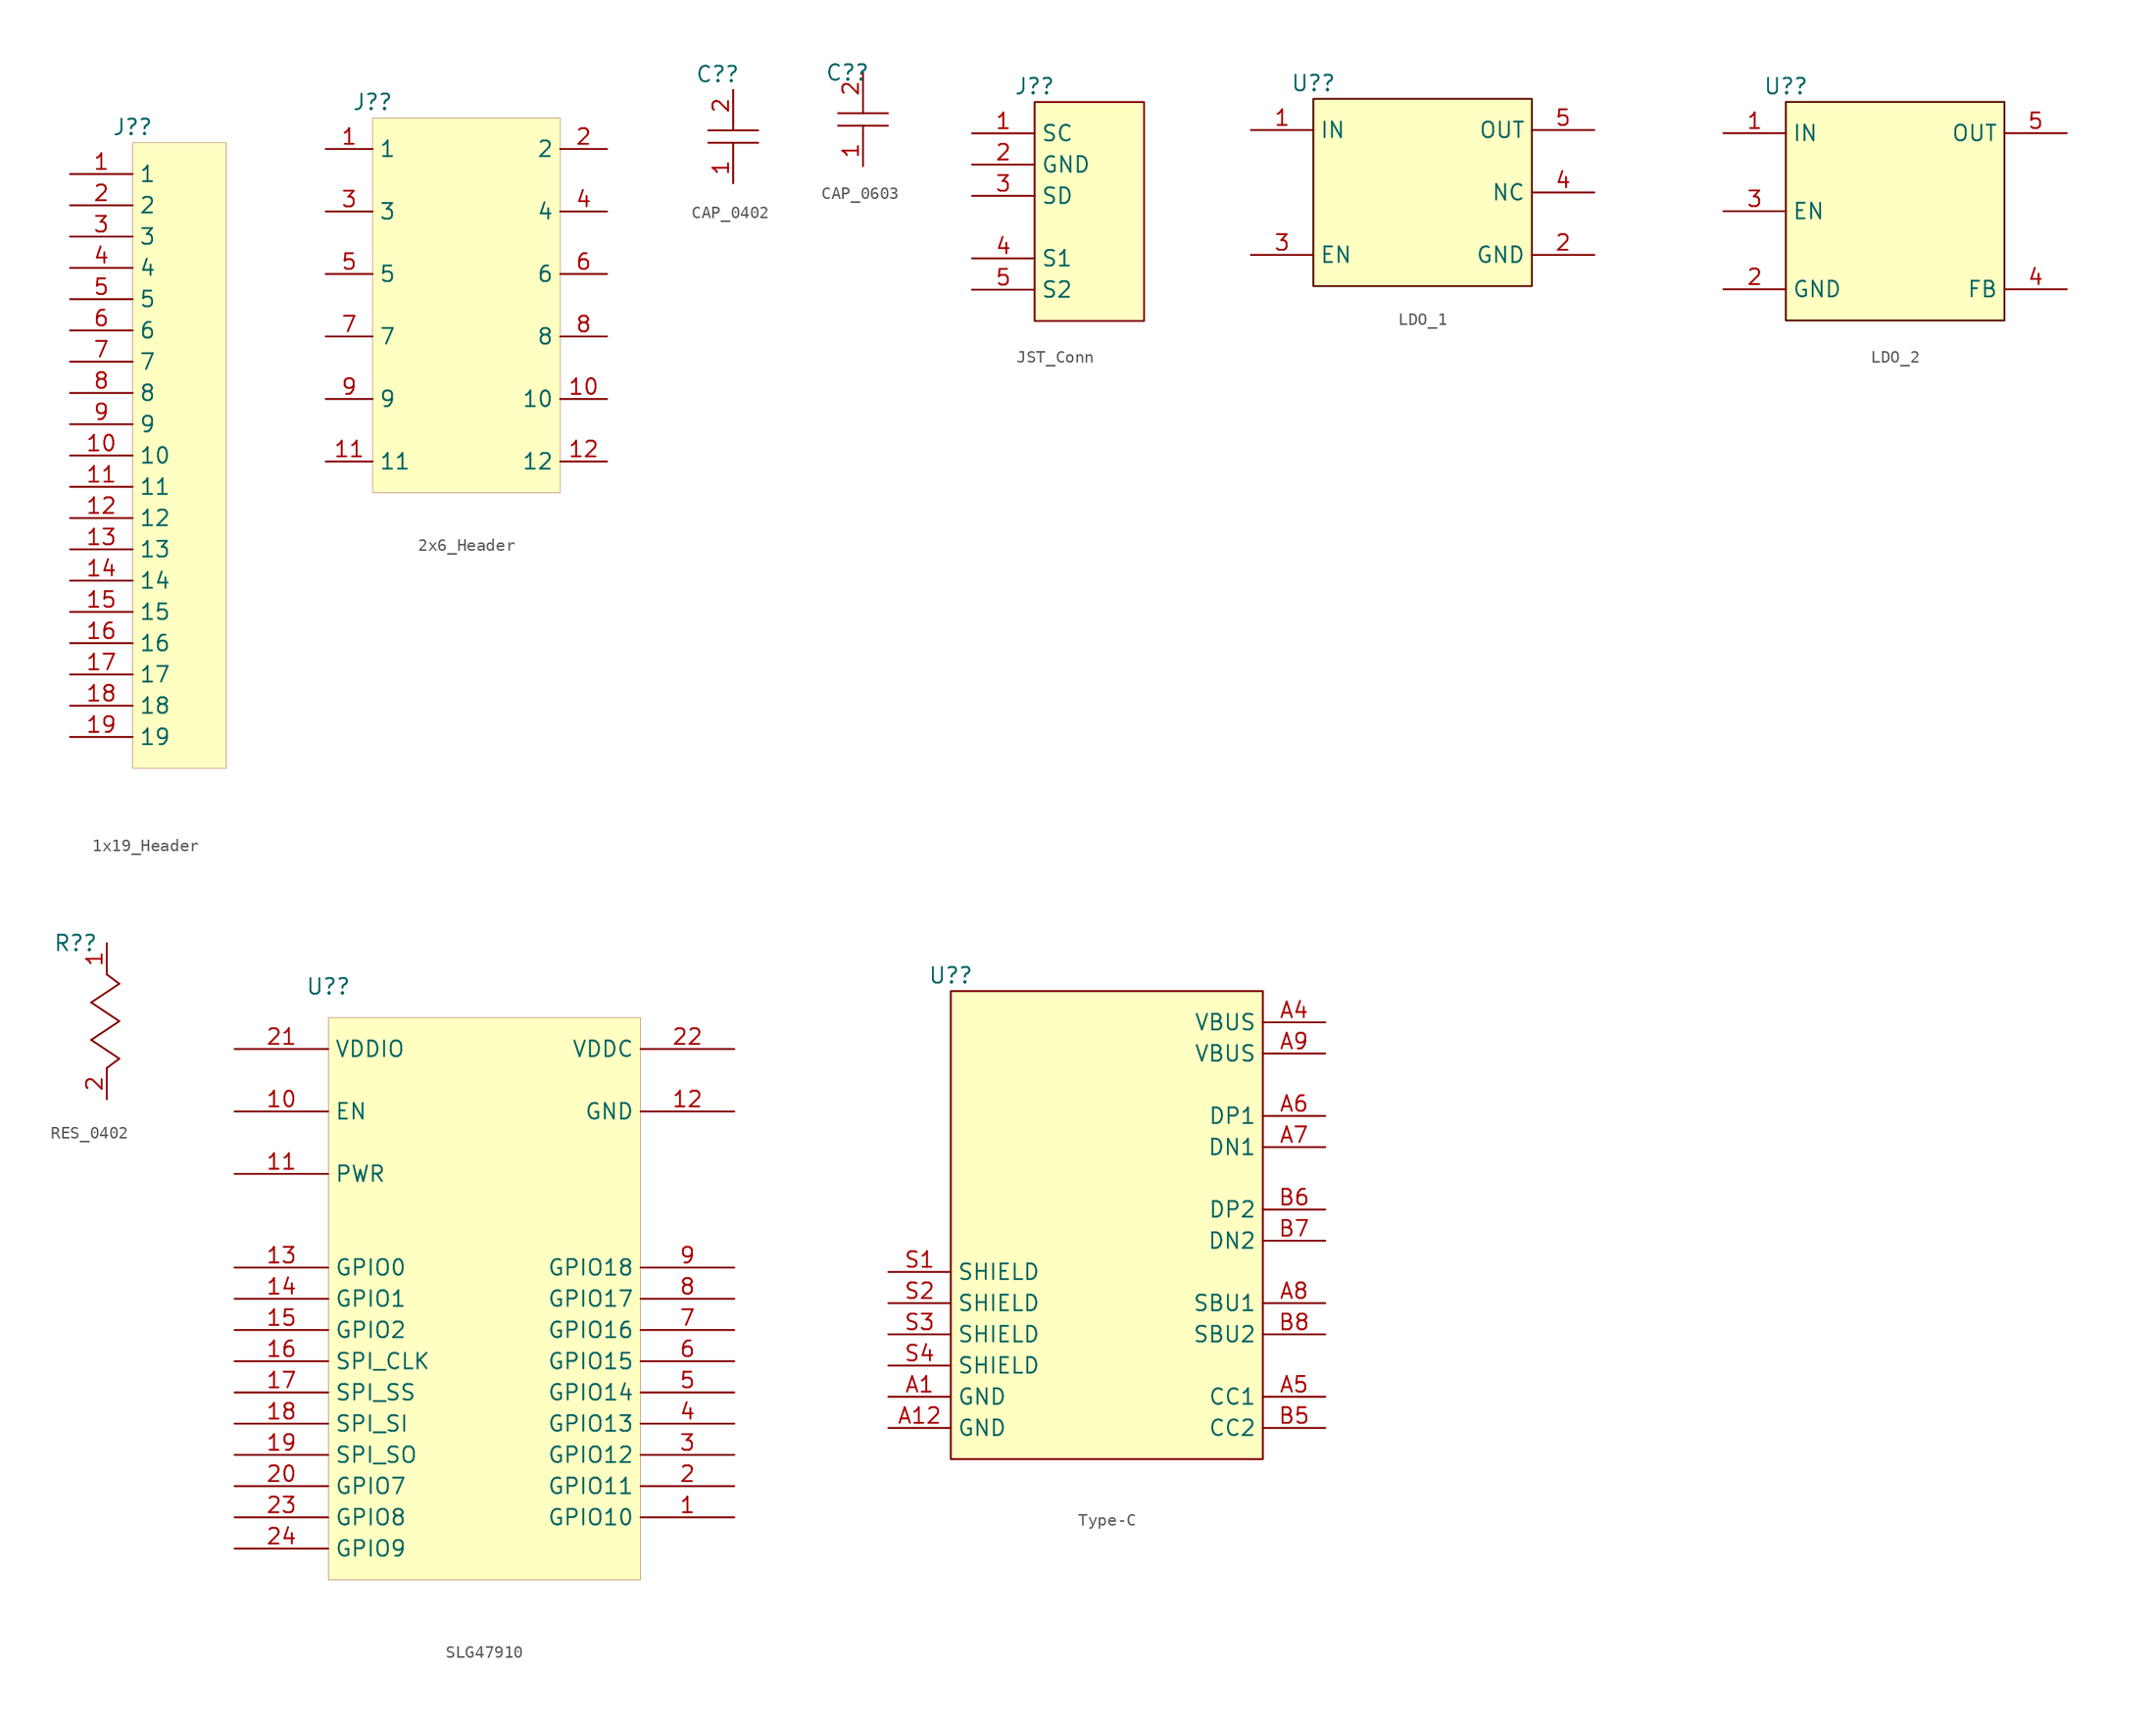
<source format=kicad_sym>
(kicad_symbol_lib
  (version 20241209)
  (generator "kicad_symbol_editor")
  (generator_version "9.0")
  (symbol "1x19_Header"
    (property "Reference" "J?"
      (at 0 0 0)
      (effects (font (size 1.27 1.27))))
    (property "Value" ""
      (at 0 0 0)
      (effects (font (size 1.27 1.27))))
    (symbol "1x19_Header_1_0"
      (rectangle (start 7.62 -1.27) (end 0 -52.07) (stroke (width 0.025) (type solid) (color 128 0 0 1)) (fill (type background)))
      (pin passive line (at -5.08 -3.81 0) (length 5.08) (name "1" (effects (font (size 1.27 1.27)))) (number "1" (effects (font (size 1.27 1.27)))))
      (pin passive line (at -5.08 -6.35 0) (length 5.08) (name "2" (effects (font (size 1.27 1.27)))) (number "2" (effects (font (size 1.27 1.27)))))
      (pin passive line (at -5.08 -8.89 0) (length 5.08) (name "3" (effects (font (size 1.27 1.27)))) (number "3" (effects (font (size 1.27 1.27)))))
      (pin passive line (at -5.08 -11.43 0) (length 5.08) (name "4" (effects (font (size 1.27 1.27)))) (number "4" (effects (font (size 1.27 1.27)))))
      (pin passive line (at -5.08 -13.97 0) (length 5.08) (name "5" (effects (font (size 1.27 1.27)))) (number "5" (effects (font (size 1.27 1.27)))))
      (pin passive line (at -5.08 -16.51 0) (length 5.08) (name "6" (effects (font (size 1.27 1.27)))) (number "6" (effects (font (size 1.27 1.27)))))
      (pin passive line (at -5.08 -19.05 0) (length 5.08) (name "7" (effects (font (size 1.27 1.27)))) (number "7" (effects (font (size 1.27 1.27)))))
      (pin passive line (at -5.08 -21.59 0) (length 5.08) (name "8" (effects (font (size 1.27 1.27)))) (number "8" (effects (font (size 1.27 1.27)))))
      (pin passive line (at -5.08 -24.13 0) (length 5.08) (name "9" (effects (font (size 1.27 1.27)))) (number "9" (effects (font (size 1.27 1.27)))))
      (pin passive line (at -5.08 -26.67 0) (length 5.08) (name "10" (effects (font (size 1.27 1.27)))) (number "10" (effects (font (size 1.27 1.27)))))
      (pin passive line (at -5.08 -29.21 0) (length 5.08) (name "11" (effects (font (size 1.27 1.27)))) (number "11" (effects (font (size 1.27 1.27)))))
      (pin passive line (at -5.08 -31.75 0) (length 5.08) (name "12" (effects (font (size 1.27 1.27)))) (number "12" (effects (font (size 1.27 1.27)))))
      (pin passive line (at -5.08 -34.29 0) (length 5.08) (name "13" (effects (font (size 1.27 1.27)))) (number "13" (effects (font (size 1.27 1.27)))))
      (pin passive line (at -5.08 -36.83 0) (length 5.08) (name "14" (effects (font (size 1.27 1.27)))) (number "14" (effects (font (size 1.27 1.27)))))
      (pin passive line (at -5.08 -39.37 0) (length 5.08) (name "15" (effects (font (size 1.27 1.27)))) (number "15" (effects (font (size 1.27 1.27)))))
      (pin passive line (at -5.08 -41.91 0) (length 5.08) (name "16" (effects (font (size 1.27 1.27)))) (number "16" (effects (font (size 1.27 1.27)))))
      (pin passive line (at -5.08 -44.45 0) (length 5.08) (name "17" (effects (font (size 1.27 1.27)))) (number "17" (effects (font (size 1.27 1.27)))))
      (pin passive line (at -5.08 -46.99 0) (length 5.08) (name "18" (effects (font (size 1.27 1.27)))) (number "18" (effects (font (size 1.27 1.27)))))
      (pin passive line (at -5.08 -49.53 0) (length 5.08) (name "19" (effects (font (size 1.27 1.27)))) (number "19" (effects (font (size 1.27 1.27)))))))
  (symbol "2x6_Header"
    (property "Reference" "J?"
      (at 0 0 0)
      (effects (font (size 1.27 1.27))))
    (property "Value" ""
      (at 0 0 0)
      (effects (font (size 1.27 1.27))))
    (symbol "2x6_Header_1_0"
      (rectangle (start 15.24 -1.27) (end 0 -31.75) (stroke (width 0.025) (type solid) (color 128 0 0 1)) (fill (type background)))
      (pin passive line (at -3.81 -3.81 0) (length 3.81) (name "1" (effects (font (size 1.27 1.27)))) (number "1" (effects (font (size 1.27 1.27)))))
      (pin passive line (at -3.81 -8.89 0) (length 3.81) (name "3" (effects (font (size 1.27 1.27)))) (number "3" (effects (font (size 1.27 1.27)))))
      (pin passive line (at -3.81 -13.97 0) (length 3.81) (name "5" (effects (font (size 1.27 1.27)))) (number "5" (effects (font (size 1.27 1.27)))))
      (pin passive line (at -3.81 -19.05 0) (length 3.81) (name "7" (effects (font (size 1.27 1.27)))) (number "7" (effects (font (size 1.27 1.27)))))
      (pin passive line (at -3.81 -24.13 0) (length 3.81) (name "9" (effects (font (size 1.27 1.27)))) (number "9" (effects (font (size 1.27 1.27)))))
      (pin passive line (at -3.81 -29.21 0) (length 3.81) (name "11" (effects (font (size 1.27 1.27)))) (number "11" (effects (font (size 1.27 1.27)))))
      (pin passive line (at 19.05 -3.81 180) (length 3.81) (name "2" (effects (font (size 1.27 1.27)))) (number "2" (effects (font (size 1.27 1.27)))))
      (pin passive line (at 19.05 -8.89 180) (length 3.81) (name "4" (effects (font (size 1.27 1.27)))) (number "4" (effects (font (size 1.27 1.27)))))
      (pin passive line (at 19.05 -13.97 180) (length 3.81) (name "6" (effects (font (size 1.27 1.27)))) (number "6" (effects (font (size 1.27 1.27)))))
      (pin passive line (at 19.05 -19.05 180) (length 3.81) (name "8" (effects (font (size 1.27 1.27)))) (number "8" (effects (font (size 1.27 1.27)))))
      (pin passive line (at 19.05 -24.13 180) (length 3.81) (name "10" (effects (font (size 1.27 1.27)))) (number "10" (effects (font (size 1.27 1.27)))))
      (pin passive line (at 19.05 -29.21 180) (length 3.81) (name "12" (effects (font (size 1.27 1.27)))) (number "12" (effects (font (size 1.27 1.27)))))))
  (symbol "CAP_0402"
    (property "Reference" "C?"
      (at 0 0 0)
      (effects (font (size 1.27 1.27))))
    (property "Value" ""
      (at 0 0 0)
      (effects (font (size 1.27 1.27))))
    (symbol "CAP_0402_1_0"
      (polyline (pts (xy -0.762 -4.572) (xy 3.302 -4.572)) (stroke (width 0) (type solid)) (fill (type none)))
      (polyline (pts (xy 1.27 -3.81) (xy 1.27 -4.572)) (stroke (width 0) (type solid)) (fill (type none)))
      (polyline (pts (xy 1.27 -6.35) (xy 1.27 -5.588)) (stroke (width 0) (type solid)) (fill (type none)))
      (polyline (pts (xy 3.302 -5.588) (xy -0.762 -5.588)) (stroke (width 0) (type solid)) (fill (type none)))
      (pin passive line (at 1.27 -1.27 270) (length 2.54) (name "" (effects (font (size 1.27 1.27)))) (number "2" (effects (font (size 1.27 1.27)))))
      (pin passive line (at 1.27 -8.89 90) (length 2.54) (name "" (effects (font (size 1.27 1.27)))) (number "1" (effects (font (size 1.27 1.27)))))))
  (symbol "CAP_0603"
    (property "Reference" "C?"
      (at 0 0 0)
      (effects (font (size 1.27 1.27))))
    (property "Value" ""
      (at 0 0 0)
      (effects (font (size 1.27 1.27))))
    (symbol "CAP_0603_1_0"
      (polyline (pts (xy -0.762 -3.302) (xy 3.302 -3.302)) (stroke (width 0) (type solid)) (fill (type none)))
      (polyline (pts (xy 1.27 -2.54) (xy 1.27 -3.302)) (stroke (width 0) (type solid)) (fill (type none)))
      (polyline (pts (xy 1.27 -5.08) (xy 1.27 -4.318)) (stroke (width 0) (type solid)) (fill (type none)))
      (polyline (pts (xy 3.302 -4.318) (xy -0.762 -4.318)) (stroke (width 0) (type solid)) (fill (type none)))
      (pin passive line (at 1.27 0 270) (length 2.54) (name "" (effects (font (size 1.27 1.27)))) (number "2" (effects (font (size 1.27 1.27)))))
      (pin passive line (at 1.27 -7.62 90) (length 2.54) (name "" (effects (font (size 1.27 1.27)))) (number "1" (effects (font (size 1.27 1.27)))))))
  (symbol "JST_Conn"
    (property "Reference" "J?"
      (at 0 0 0)
      (effects (font (size 1.27 1.27))))
    (property "Value" ""
      (at 0 0 0)
      (effects (font (size 1.27 1.27))))
    (symbol "JST_Conn_1_0"
      (rectangle (start 8.89 -1.27) (end 0 -19.05) (stroke (width 0) (type solid) (color 128 0 0 1)) (fill (type background)))
      (pin passive line (at -5.08 -3.81 0) (length 5.08) (name "SC" (effects (font (size 1.27 1.27)))) (number "1" (effects (font (size 1.27 1.27)))))
      (pin passive line (at -5.08 -6.35 0) (length 5.08) (name "GND" (effects (font (size 1.27 1.27)))) (number "2" (effects (font (size 1.27 1.27)))))
      (pin passive line (at -5.08 -8.89 0) (length 5.08) (name "SD" (effects (font (size 1.27 1.27)))) (number "3" (effects (font (size 1.27 1.27)))))
      (pin passive line (at -5.08 -13.97 0) (length 5.08) (name "S1" (effects (font (size 1.27 1.27)))) (number "4" (effects (font (size 1.27 1.27)))))
      (pin passive line (at -5.08 -16.51 0) (length 5.08) (name "S2" (effects (font (size 1.27 1.27)))) (number "5" (effects (font (size 1.27 1.27)))))))
  (symbol "LDO_1"
    (property "Reference" "U?"
      (at 0 0 0)
      (effects (font (size 1.27 1.27))))
    (property "Value" ""
      (at 0 0 0)
      (effects (font (size 1.27 1.27))))
    (symbol "LDO_1_1_0"
      (rectangle (start 17.78 -1.27) (end 0 -16.51) (stroke (width 0) (type solid) (color 91 15 0 1)) (fill (type background)))
      (pin passive line (at -5.08 -3.81 0) (length 5.08) (name "IN" (effects (font (size 1.27 1.27)))) (number "1" (effects (font (size 1.27 1.27)))))
      (pin passive line (at -5.08 -13.97 0) (length 5.08) (name "EN" (effects (font (size 1.27 1.27)))) (number "3" (effects (font (size 1.27 1.27)))))
      (pin passive line (at 22.86 -3.81 180) (length 5.08) (name "OUT" (effects (font (size 1.27 1.27)))) (number "5" (effects (font (size 1.27 1.27)))))
      (pin passive line (at 22.86 -8.89 180) (length 5.08) (name "NC" (effects (font (size 1.27 1.27)))) (number "4" (effects (font (size 1.27 1.27)))))
      (pin passive line (at 22.86 -13.97 180) (length 5.08) (name "GND" (effects (font (size 1.27 1.27)))) (number "2" (effects (font (size 1.27 1.27)))))))
  (symbol "LDO_2"
    (property "Reference" "U?"
      (at 0 0 0)
      (effects (font (size 1.27 1.27))))
    (property "Value" ""
      (at 0 0 0)
      (effects (font (size 1.27 1.27))))
    (symbol "LDO_2_1_0"
      (rectangle (start 17.78 -1.27) (end 0 -19.05) (stroke (width 0) (type solid) (color 91 15 0 1)) (fill (type background)))
      (pin passive line (at -5.08 -3.81 0) (length 5.08) (name "IN" (effects (font (size 1.27 1.27)))) (number "1" (effects (font (size 1.27 1.27)))))
      (pin passive line (at -5.08 -10.16 0) (length 5.08) (name "EN" (effects (font (size 1.27 1.27)))) (number "3" (effects (font (size 1.27 1.27)))))
      (pin passive line (at -5.08 -16.51 0) (length 5.08) (name "GND" (effects (font (size 1.27 1.27)))) (number "2" (effects (font (size 1.27 1.27)))))
      (pin passive line (at 22.86 -3.81 180) (length 5.08) (name "OUT" (effects (font (size 1.27 1.27)))) (number "5" (effects (font (size 1.27 1.27)))))
      (pin passive line (at 22.86 -16.51 180) (length 5.08) (name "FB" (effects (font (size 1.27 1.27)))) (number "4" (effects (font (size 1.27 1.27)))))))
  (symbol "RES_0402"
    (property "Reference" "R?"
      (at 0 0 0)
      (effects (font (size 1.27 1.27))))
    (property "Value" ""
      (at 0 0 0)
      (effects (font (size 1.27 1.27))))
    (symbol "RES_0402_1_0"
      (polyline (pts (xy 1.27 -4.826) (xy 3.556 -6.35)) (stroke (width 0) (type solid)) (fill (type none)))
      (polyline (pts (xy 1.27 -7.874) (xy 3.556 -9.398)) (stroke (width 0) (type solid)) (fill (type none)))
      (polyline (pts (xy 2.54 -2.54) (xy 3.556 -3.302)) (stroke (width 0) (type solid)) (fill (type none)))
      (polyline (pts (xy 3.556 -3.302) (xy 1.27 -4.826)) (stroke (width 0) (type solid)) (fill (type none)))
      (polyline (pts (xy 3.556 -6.35) (xy 1.27 -7.874)) (stroke (width 0) (type solid)) (fill (type none)))
      (polyline (pts (xy 3.556 -9.398) (xy 2.54 -10.16)) (stroke (width 0) (type solid)) (fill (type none)))
      (pin passive line (at 2.54 0 270) (length 2.54) (name "" (effects (font (size 1.27 1.27)))) (number "1" (effects (font (size 1.27 1.27)))))
      (pin passive line (at 2.54 -12.7 90) (length 2.54) (name "" (effects (font (size 1.27 1.27)))) (number "2" (effects (font (size 1.27 1.27)))))))
  (symbol "SLG47910"
    (property "Reference" "U?"
      (at 0 0 0)
      (effects (font (size 1.27 1.27))))
    (property "Value" ""
      (at 0 0 0)
      (effects (font (size 1.27 1.27))))
    (symbol "SLG47910_1_0"
      (rectangle (start 25.4 -2.54) (end 0 -48.26) (stroke (width 0.025) (type solid) (color 128 0 0 1)) (fill (type background)))
      (pin passive line (at -7.62 -5.08 0) (length 7.62) (name "VDDIO" (effects (font (size 1.27 1.27)))) (number "21" (effects (font (size 1.27 1.27)))))
      (pin passive line (at -7.62 -10.16 0) (length 7.62) (name "EN" (effects (font (size 1.27 1.27)))) (number "10" (effects (font (size 1.27 1.27)))))
      (pin passive line (at -7.62 -15.24 0) (length 7.62) (name "PWR" (effects (font (size 1.27 1.27)))) (number "11" (effects (font (size 1.27 1.27)))))
      (pin passive line (at -7.62 -22.86 0) (length 7.62) (name "GPIO0" (effects (font (size 1.27 1.27)))) (number "13" (effects (font (size 1.27 1.27)))))
      (pin passive line (at -7.62 -25.4 0) (length 7.62) (name "GPIO1" (effects (font (size 1.27 1.27)))) (number "14" (effects (font (size 1.27 1.27)))))
      (pin passive line (at -7.62 -27.94 0) (length 7.62) (name "GPIO2" (effects (font (size 1.27 1.27)))) (number "15" (effects (font (size 1.27 1.27)))))
      (pin passive line (at -7.62 -30.48 0) (length 7.62) (name "SPI_CLK" (effects (font (size 1.27 1.27)))) (number "16" (effects (font (size 1.27 1.27)))))
      (pin passive line (at -7.62 -33.02 0) (length 7.62) (name "SPI_SS" (effects (font (size 1.27 1.27)))) (number "17" (effects (font (size 1.27 1.27)))))
      (pin passive line (at -7.62 -35.56 0) (length 7.62) (name "SPI_SI" (effects (font (size 1.27 1.27)))) (number "18" (effects (font (size 1.27 1.27)))))
      (pin passive line (at -7.62 -38.1 0) (length 7.62) (name "SPI_SO" (effects (font (size 1.27 1.27)))) (number "19" (effects (font (size 1.27 1.27)))))
      (pin passive line (at -7.62 -40.64 0) (length 7.62) (name "GPIO7" (effects (font (size 1.27 1.27)))) (number "20" (effects (font (size 1.27 1.27)))))
      (pin passive line (at -7.62 -43.18 0) (length 7.62) (name "GPIO8" (effects (font (size 1.27 1.27)))) (number "23" (effects (font (size 1.27 1.27)))))
      (pin passive line (at -7.62 -45.72 0) (length 7.62) (name "GPIO9" (effects (font (size 1.27 1.27)))) (number "24" (effects (font (size 1.27 1.27)))))
      (pin passive line (at 33.02 -5.08 180) (length 7.62) (name "VDDC" (effects (font (size 1.27 1.27)))) (number "22" (effects (font (size 1.27 1.27)))))
      (pin passive line (at 33.02 -10.16 180) (length 7.62) (name "GND" (effects (font (size 1.27 1.27)))) (number "12" (effects (font (size 1.27 1.27)))))
      (pin passive line (at 33.02 -22.86 180) (length 7.62) (name "GPIO18" (effects (font (size 1.27 1.27)))) (number "9" (effects (font (size 1.27 1.27)))))
      (pin passive line (at 33.02 -25.4 180) (length 7.62) (name "GPIO17" (effects (font (size 1.27 1.27)))) (number "8" (effects (font (size 1.27 1.27)))))
      (pin passive line (at 33.02 -27.94 180) (length 7.62) (name "GPIO16" (effects (font (size 1.27 1.27)))) (number "7" (effects (font (size 1.27 1.27)))))
      (pin passive line (at 33.02 -30.48 180) (length 7.62) (name "GPIO15" (effects (font (size 1.27 1.27)))) (number "6" (effects (font (size 1.27 1.27)))))
      (pin passive line (at 33.02 -33.02 180) (length 7.62) (name "GPIO14" (effects (font (size 1.27 1.27)))) (number "5" (effects (font (size 1.27 1.27)))))
      (pin passive line (at 33.02 -35.56 180) (length 7.62) (name "GPIO13" (effects (font (size 1.27 1.27)))) (number "4" (effects (font (size 1.27 1.27)))))
      (pin passive line (at 33.02 -38.1 180) (length 7.62) (name "GPIO12" (effects (font (size 1.27 1.27)))) (number "3" (effects (font (size 1.27 1.27)))))
      (pin passive line (at 33.02 -40.64 180) (length 7.62) (name "GPIO11" (effects (font (size 1.27 1.27)))) (number "2" (effects (font (size 1.27 1.27)))))
      (pin passive line (at 33.02 -43.18 180) (length 7.62) (name "GPIO10" (effects (font (size 1.27 1.27)))) (number "1" (effects (font (size 1.27 1.27)))))))
  (symbol "Type-C"
    (property "Reference" "U?"
      (at 0 0 0)
      (effects (font (size 1.27 1.27))))
    (property "Value" ""
      (at 0 0 0)
      (effects (font (size 1.27 1.27))))
    (symbol "Type-C_1_0"
      (rectangle (start 25.4 -1.27) (end 0 -39.37) (stroke (width 0) (type solid) (color 128 0 0 1)) (fill (type background)))
      (pin passive line (at -5.08 -24.13 0) (length 5.08) (name "SHIELD" (effects (font (size 1.27 1.27)))) (number "S1" (effects (font (size 1.27 1.27)))))
      (pin passive line (at -5.08 -26.67 0) (length 5.08) (name "SHIELD" (effects (font (size 1.27 1.27)))) (number "S2" (effects (font (size 1.27 1.27)))))
      (pin passive line (at -5.08 -29.21 0) (length 5.08) (name "SHIELD" (effects (font (size 1.27 1.27)))) (number "S3" (effects (font (size 1.27 1.27)))))
      (pin passive line (at -5.08 -31.75 0) (length 5.08) (name "SHIELD" (effects (font (size 1.27 1.27)))) (number "S4" (effects (font (size 1.27 1.27)))))
      (pin power_in line (at -5.08 -34.29 0) (length 5.08) (name "GND" (effects (font (size 1.27 1.27)))) (number "A1" (effects (font (size 1.27 1.27)))))
      (pin power_in line (at -5.08 -36.83 0) (length 5.08) (name "GND" (effects (font (size 1.27 1.27)))) (number "A12" (effects (font (size 1.27 1.27)))))
      (pin power_in line (at 30.48 -3.81 180) (length 5.08) (name "VBUS" (effects (font (size 1.27 1.27)))) (number "A4" (effects (font (size 1.27 1.27)))))
      (pin power_in line (at 30.48 -6.35 180) (length 5.08) (name "VBUS" (effects (font (size 1.27 1.27)))) (number "A9" (effects (font (size 1.27 1.27)))))
      (pin passive line (at 30.48 -11.43 180) (length 5.08) (name "DP1" (effects (font (size 1.27 1.27)))) (number "A6" (effects (font (size 1.27 1.27)))))
      (pin passive line (at 30.48 -13.97 180) (length 5.08) (name "DN1" (effects (font (size 1.27 1.27)))) (number "A7" (effects (font (size 1.27 1.27)))))
      (pin passive line (at 30.48 -19.05 180) (length 5.08) (name "DP2" (effects (font (size 1.27 1.27)))) (number "B6" (effects (font (size 1.27 1.27)))))
      (pin passive line (at 30.48 -21.59 180) (length 5.08) (name "DN2" (effects (font (size 1.27 1.27)))) (number "B7" (effects (font (size 1.27 1.27)))))
      (pin passive line (at 30.48 -26.67 180) (length 5.08) (name "SBU1" (effects (font (size 1.27 1.27)))) (number "A8" (effects (font (size 1.27 1.27)))))
      (pin passive line (at 30.48 -29.21 180) (length 5.08) (name "SBU2" (effects (font (size 1.27 1.27)))) (number "B8" (effects (font (size 1.27 1.27)))))
      (pin passive line (at 30.48 -34.29 180) (length 5.08) (name "CC1" (effects (font (size 1.27 1.27)))) (number "A5" (effects (font (size 1.27 1.27)))))
      (pin passive line (at 30.48 -36.83 180) (length 5.08) (name "CC2" (effects (font (size 1.27 1.27)))) (number "B5" (effects (font (size 1.27 1.27))))))))
</source>
